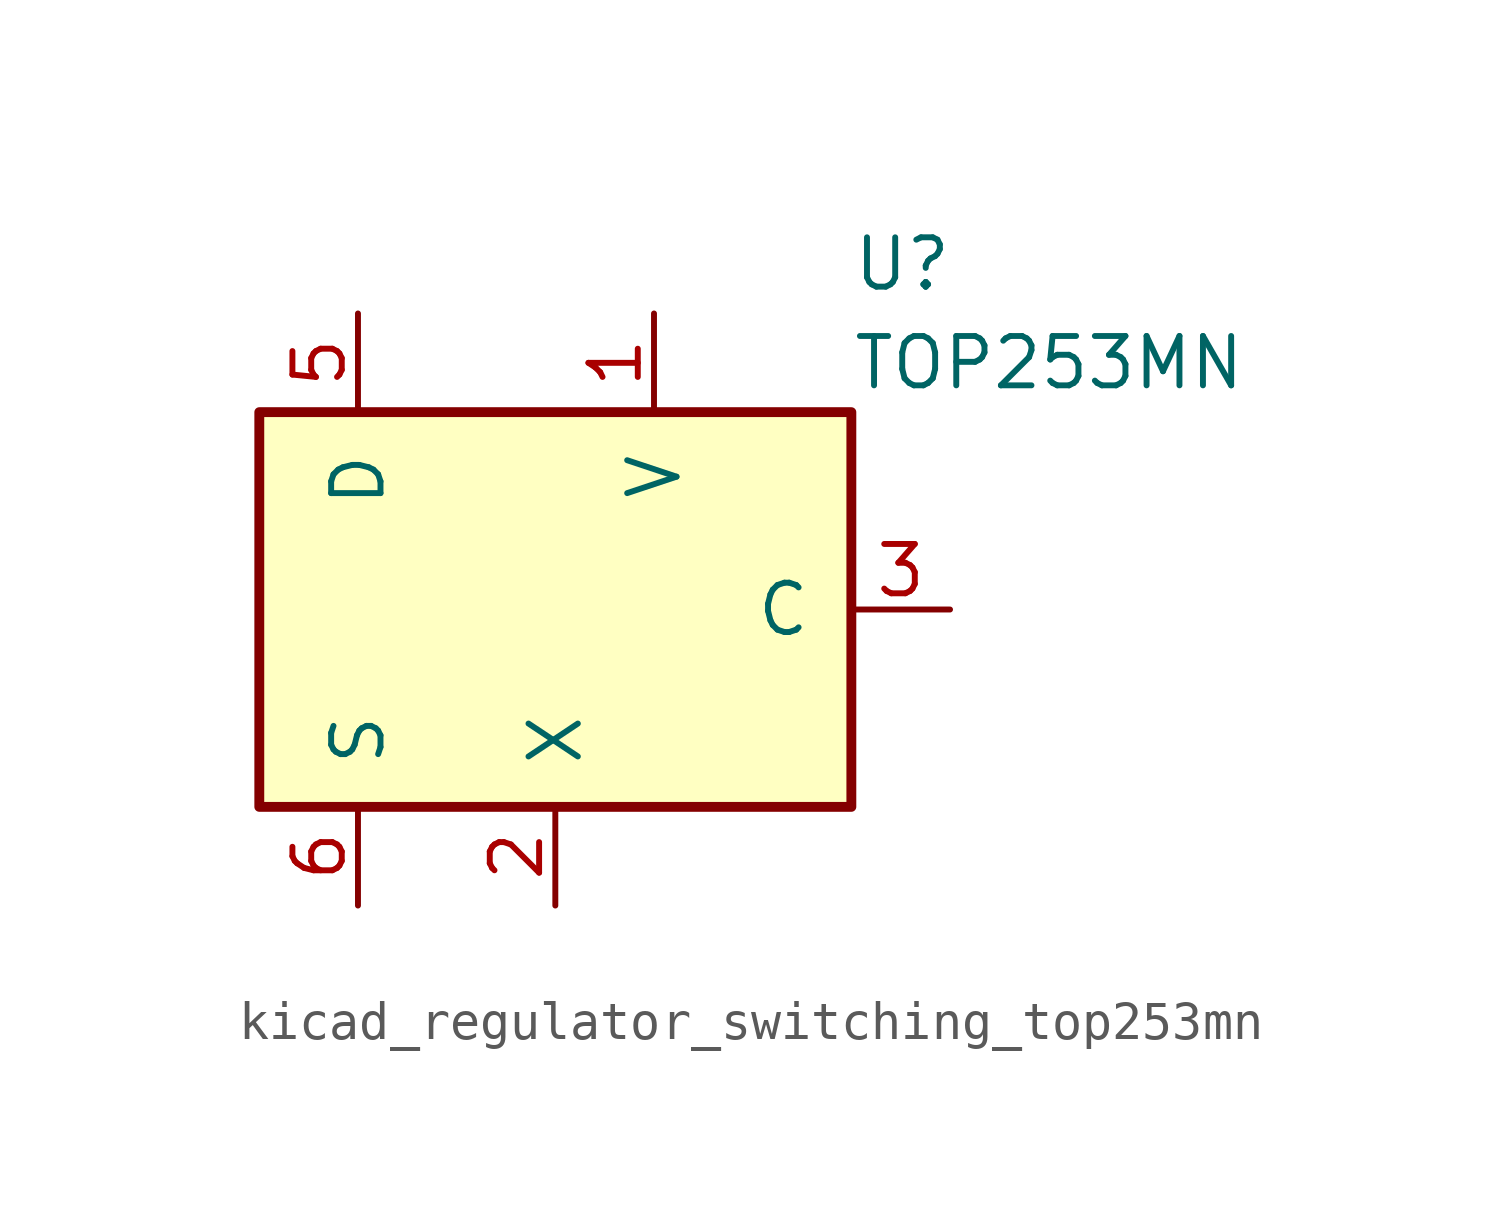
<source format=kicad_sym>
(kicad_symbol_lib
  (version 20220914)
  (generator kicad_symbol_editor)
  (symbol "kicad_regulator_switching_top253mn"
    (pin_names
      (offset 1.016))
    (property "Reference" "U"
      (at 7.62 8.89 0)
      (effects (font (size 1.27 1.27)) (justify left)))
    (property "Value" "TOP253MN"
      (at 7.62 6.35 0)
      (effects (font (size 1.27 1.27)) (justify left)))
    (symbol "kicad_regulator_switching_top253mn_0_1"
      (rectangle (start -7.62 5.08) (end 7.62 -5.08) (stroke (width 0.254) (type default)) (fill (type background))))
    (symbol "kicad_regulator_switching_top253mn_1_1"
      (pin input line (at 2.54 7.62 270) (length 2.54) (name "V" (effects (font (size 1.27 1.27)))) (number "1" (effects (font (size 1.27 1.27)))))
      (pin passive line (at -5.08 -7.62 90) (length 2.54) hide (name "S" (effects (font (size 1.27 1.27)))) (number "10" (effects (font (size 1.27 1.27)))))
      (pin input line (at 0 -7.62 90) (length 2.54) (name "X" (effects (font (size 1.27 1.27)))) (number "2" (effects (font (size 1.27 1.27)))))
      (pin input line (at 10.16 0 180) (length 2.54) (name "C" (effects (font (size 1.27 1.27)))) (number "3" (effects (font (size 1.27 1.27)))))
      (pin open_collector line (at -5.08 7.62 270) (length 2.54) (name "D" (effects (font (size 1.27 1.27)))) (number "5" (effects (font (size 1.27 1.27)))))
      (pin power_in line (at -5.08 -7.62 90) (length 2.54) (name "S" (effects (font (size 1.27 1.27)))) (number "6" (effects (font (size 1.27 1.27)))))
      (pin passive line (at -5.08 -7.62 90) (length 2.54) hide (name "S" (effects (font (size 1.27 1.27)))) (number "7" (effects (font (size 1.27 1.27)))))
      (pin passive line (at -5.08 -7.62 90) (length 2.54) hide (name "S" (effects (font (size 1.27 1.27)))) (number "8" (effects (font (size 1.27 1.27)))))
      (pin passive line (at -5.08 -7.62 90) (length 2.54) hide (name "S" (effects (font (size 1.27 1.27)))) (number "9" (effects (font (size 1.27 1.27))))))))
</source>
